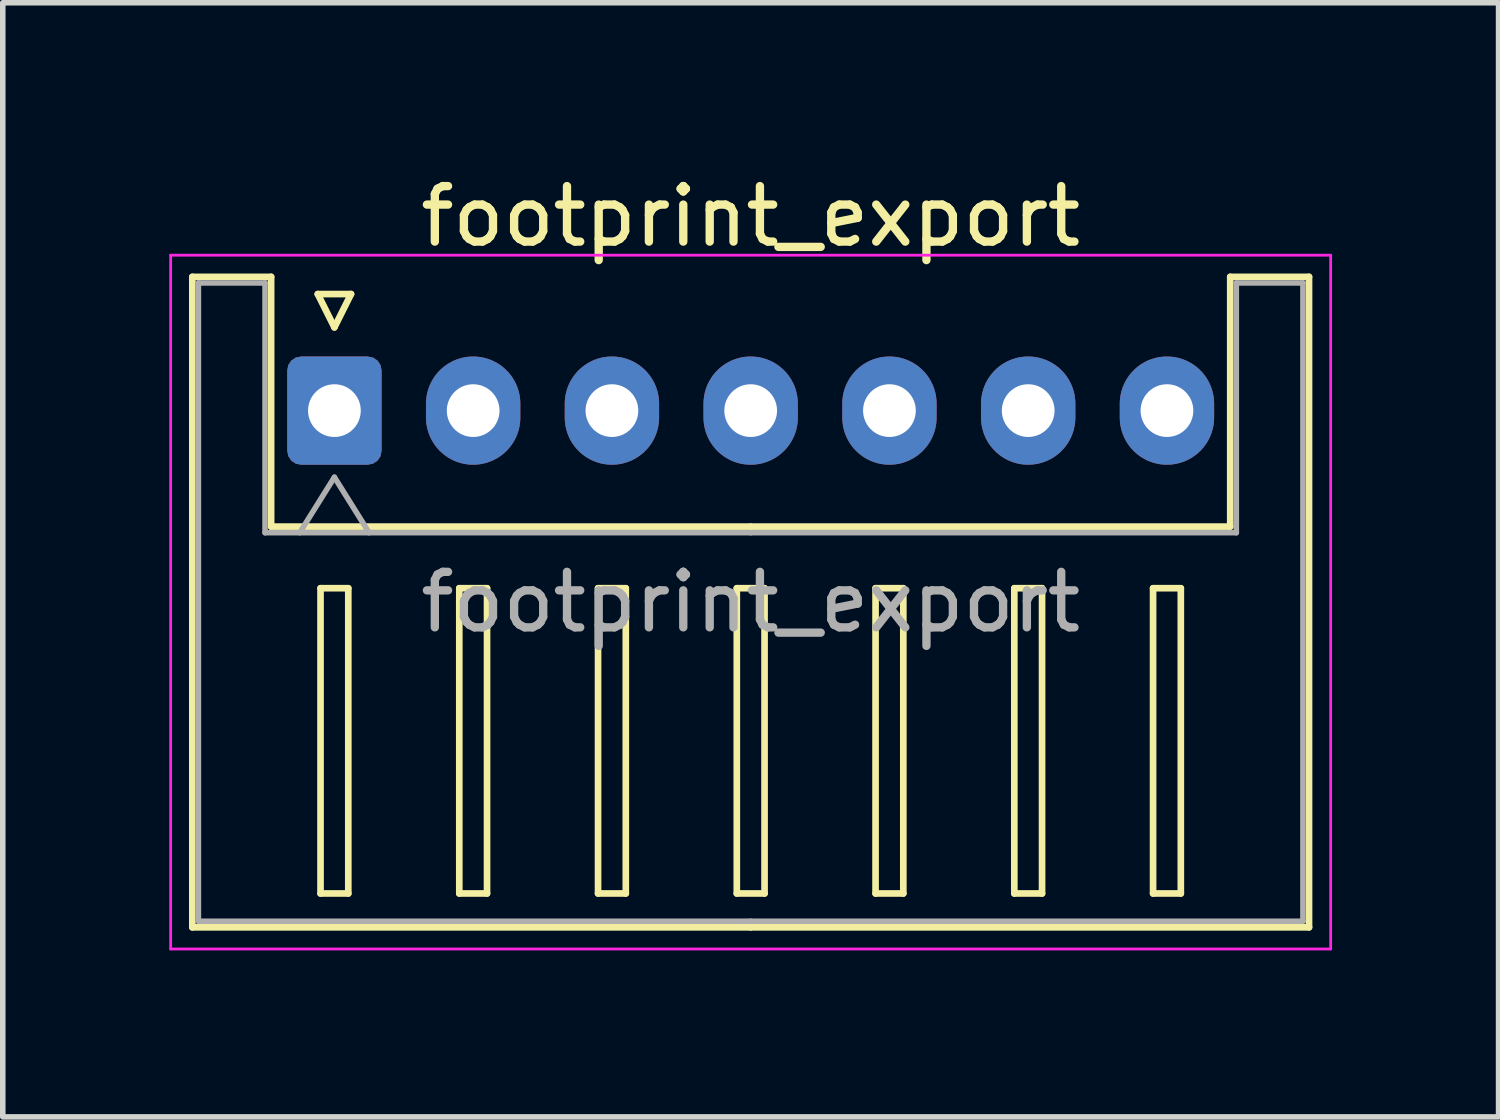
<source format=kicad_pcb>
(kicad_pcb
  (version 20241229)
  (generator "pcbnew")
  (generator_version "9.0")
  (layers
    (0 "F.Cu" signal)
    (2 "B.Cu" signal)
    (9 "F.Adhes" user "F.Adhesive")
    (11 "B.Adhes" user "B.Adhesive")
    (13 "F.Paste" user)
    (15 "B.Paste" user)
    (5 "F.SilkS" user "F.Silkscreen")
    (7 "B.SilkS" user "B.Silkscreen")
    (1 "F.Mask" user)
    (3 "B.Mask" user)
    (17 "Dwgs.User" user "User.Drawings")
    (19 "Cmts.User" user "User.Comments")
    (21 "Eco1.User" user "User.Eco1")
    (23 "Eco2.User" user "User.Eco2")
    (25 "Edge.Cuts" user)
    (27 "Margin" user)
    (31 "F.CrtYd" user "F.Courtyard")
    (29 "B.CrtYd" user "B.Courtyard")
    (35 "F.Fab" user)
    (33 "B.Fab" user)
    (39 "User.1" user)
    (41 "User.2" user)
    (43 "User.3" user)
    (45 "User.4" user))
  (footprint "footprint_export"
    (layer "F.Cu")
    (at 2.975 4.348)
    (property "Reference" "footprint_export" (at 7.5 -3.5 0) (layer "F.SilkS") (effects (font (size 1 1) (thickness 0.15))))
    (attr through_hole)
    (fp_line (start -2.56 -2.41) (end -1.14 -2.41) (stroke (width 0.12) (type solid)) (layer "F.SilkS"))
    (fp_line (start -2.56 9.31) (end -2.56 -2.41) (stroke (width 0.12) (type solid)) (layer "F.SilkS"))
    (fp_line (start -1.14 -2.41) (end -1.14 2.09) (stroke (width 0.12) (type solid)) (layer "F.SilkS"))
    (fp_line (start -1.14 2.09) (end 7.5 2.09) (stroke (width 0.12) (type solid)) (layer "F.SilkS"))
    (fp_line (start -0.3 -2.1) (end 0.3 -2.1) (stroke (width 0.12) (type solid)) (layer "F.SilkS"))
    (fp_line (start -0.25 3.2) (end -0.25 8.7) (stroke (width 0.12) (type solid)) (layer "F.SilkS"))
    (fp_line (start -0.25 8.7) (end 0.25 8.7) (stroke (width 0.12) (type solid)) (layer "F.SilkS"))
    (fp_line (start 0 -1.5) (end -0.3 -2.1) (stroke (width 0.12) (type solid)) (layer "F.SilkS"))
    (fp_line (start 0.25 3.2) (end -0.25 3.2) (stroke (width 0.12) (type solid)) (layer "F.SilkS"))
    (fp_line (start 0.25 8.7) (end 0.25 3.2) (stroke (width 0.12) (type solid)) (layer "F.SilkS"))
    (fp_line (start 0.3 -2.1) (end 0 -1.5) (stroke (width 0.12) (type solid)) (layer "F.SilkS"))
    (fp_line (start 2.25 3.2) (end 2.25 8.7) (stroke (width 0.12) (type solid)) (layer "F.SilkS"))
    (fp_line (start 2.25 8.7) (end 2.75 8.7) (stroke (width 0.12) (type solid)) (layer "F.SilkS"))
    (fp_line (start 2.75 3.2) (end 2.25 3.2) (stroke (width 0.12) (type solid)) (layer "F.SilkS"))
    (fp_line (start 2.75 8.7) (end 2.75 3.2) (stroke (width 0.12) (type solid)) (layer "F.SilkS"))
    (fp_line (start 4.75 3.2) (end 4.75 8.7) (stroke (width 0.12) (type solid)) (layer "F.SilkS"))
    (fp_line (start 4.75 8.7) (end 5.25 8.7) (stroke (width 0.12) (type solid)) (layer "F.SilkS"))
    (fp_line (start 5.25 3.2) (end 4.75 3.2) (stroke (width 0.12) (type solid)) (layer "F.SilkS"))
    (fp_line (start 5.25 8.7) (end 5.25 3.2) (stroke (width 0.12) (type solid)) (layer "F.SilkS"))
    (fp_line (start 7.25 3.2) (end 7.25 8.7) (stroke (width 0.12) (type solid)) (layer "F.SilkS"))
    (fp_line (start 7.25 8.7) (end 7.75 8.7) (stroke (width 0.12) (type solid)) (layer "F.SilkS"))
    (fp_line (start 7.5 9.31) (end -2.56 9.31) (stroke (width 0.12) (type solid)) (layer "F.SilkS"))
    (fp_line (start 7.5 9.31) (end 17.56 9.31) (stroke (width 0.12) (type solid)) (layer "F.SilkS"))
    (fp_line (start 7.75 3.2) (end 7.25 3.2) (stroke (width 0.12) (type solid)) (layer "F.SilkS"))
    (fp_line (start 7.75 8.7) (end 7.75 3.2) (stroke (width 0.12) (type solid)) (layer "F.SilkS"))
    (fp_line (start 9.75 3.2) (end 9.75 8.7) (stroke (width 0.12) (type solid)) (layer "F.SilkS"))
    (fp_line (start 9.75 8.7) (end 10.25 8.7) (stroke (width 0.12) (type solid)) (layer "F.SilkS"))
    (fp_line (start 10.25 3.2) (end 9.75 3.2) (stroke (width 0.12) (type solid)) (layer "F.SilkS"))
    (fp_line (start 10.25 8.7) (end 10.25 3.2) (stroke (width 0.12) (type solid)) (layer "F.SilkS"))
    (fp_line (start 12.25 3.2) (end 12.25 8.7) (stroke (width 0.12) (type solid)) (layer "F.SilkS"))
    (fp_line (start 12.25 8.7) (end 12.75 8.7) (stroke (width 0.12) (type solid)) (layer "F.SilkS"))
    (fp_line (start 12.75 3.2) (end 12.25 3.2) (stroke (width 0.12) (type solid)) (layer "F.SilkS"))
    (fp_line (start 12.75 8.7) (end 12.75 3.2) (stroke (width 0.12) (type solid)) (layer "F.SilkS"))
    (fp_line (start 14.75 3.2) (end 14.75 8.7) (stroke (width 0.12) (type solid)) (layer "F.SilkS"))
    (fp_line (start 14.75 8.7) (end 15.25 8.7) (stroke (width 0.12) (type solid)) (layer "F.SilkS"))
    (fp_line (start 15.25 3.2) (end 14.75 3.2) (stroke (width 0.12) (type solid)) (layer "F.SilkS"))
    (fp_line (start 15.25 8.7) (end 15.25 3.2) (stroke (width 0.12) (type solid)) (layer "F.SilkS"))
    (fp_line (start 16.14 -2.41) (end 16.14 2.09) (stroke (width 0.12) (type solid)) (layer "F.SilkS"))
    (fp_line (start 16.14 2.09) (end 7.5 2.09) (stroke (width 0.12) (type solid)) (layer "F.SilkS"))
    (fp_line (start 17.56 -2.41) (end 16.14 -2.41) (stroke (width 0.12) (type solid)) (layer "F.SilkS"))
    (fp_line (start 17.56 9.31) (end 17.56 -2.41) (stroke (width 0.12) (type solid)) (layer "F.SilkS"))
    (fp_line (start -2.95 -2.8) (end -2.95 9.7) (stroke (width 0.05) (type solid)) (layer "F.CrtYd"))
    (fp_line (start -2.95 9.7) (end 17.95 9.7) (stroke (width 0.05) (type solid)) (layer "F.CrtYd"))
    (fp_line (start 17.95 -2.8) (end -2.95 -2.8) (stroke (width 0.05) (type solid)) (layer "F.CrtYd"))
    (fp_line (start 17.95 9.7) (end 17.95 -2.8) (stroke (width 0.05) (type solid)) (layer "F.CrtYd"))
    (fp_line (start -2.45 -2.3) (end -1.25 -2.3) (stroke (width 0.1) (type solid)) (layer "F.Fab"))
    (fp_line (start -2.45 9.2) (end -2.45 -2.3) (stroke (width 0.1) (type solid)) (layer "F.Fab"))
    (fp_line (start -1.25 -2.3) (end -1.25 2.2) (stroke (width 0.1) (type solid)) (layer "F.Fab"))
    (fp_line (start -1.25 2.2) (end 7.5 2.2) (stroke (width 0.1) (type solid)) (layer "F.Fab"))
    (fp_line (start -0.625 2.2) (end 0 1.2) (stroke (width 0.1) (type solid)) (layer "F.Fab"))
    (fp_line (start 0 1.2) (end 0.625 2.2) (stroke (width 0.1) (type solid)) (layer "F.Fab"))
    (fp_line (start 7.5 9.2) (end -2.45 9.2) (stroke (width 0.1) (type solid)) (layer "F.Fab"))
    (fp_line (start 7.5 9.2) (end 17.45 9.2) (stroke (width 0.1) (type solid)) (layer "F.Fab"))
    (fp_line (start 16.25 -2.3) (end 16.25 2.2) (stroke (width 0.1) (type solid)) (layer "F.Fab"))
    (fp_line (start 16.25 2.2) (end 7.5 2.2) (stroke (width 0.1) (type solid)) (layer "F.Fab"))
    (fp_line (start 17.45 -2.3) (end 16.25 -2.3) (stroke (width 0.1) (type solid)) (layer "F.Fab"))
    (fp_line (start 17.45 9.2) (end 17.45 -2.3) (stroke (width 0.1) (type solid)) (layer "F.Fab"))
    (fp_text user "${REFERENCE}" (at 7.5 3.45 0) (layer "F.Fab") (effects (font (size 1 1) (thickness 0.15))))
    (pad "1" thru_hole roundrect (at 0 0) (size 1.7 1.95) (drill 0.95) (layers "*.Cu" "*.Mask") (roundrect_rratio 0.147))
    (pad "2" thru_hole oval (at 2.5 0) (size 1.7 1.95) (drill 0.95) (layers "*.Cu" "*.Mask"))
    (pad "3" thru_hole oval (at 5 0) (size 1.7 1.95) (drill 0.95) (layers "*.Cu" "*.Mask"))
    (pad "4" thru_hole oval (at 7.5 0) (size 1.7 1.95) (drill 0.95) (layers "*.Cu" "*.Mask"))
    (pad "5" thru_hole oval (at 10 0) (size 1.7 1.95) (drill 0.95) (layers "*.Cu" "*.Mask"))
    (pad "6" thru_hole oval (at 12.5 0) (size 1.7 1.95) (drill 0.95) (layers "*.Cu" "*.Mask"))
    (pad "7" thru_hole oval (at 15 0) (size 1.7 1.95) (drill 0.95) (layers "*.Cu" "*.Mask")))
  (gr_rect
    (start -3 -3)
    (end 23.95 17.073)
    (stroke (width 0.1) (type default))
    (fill no)
    (layer "Edge.Cuts")))
</source>
